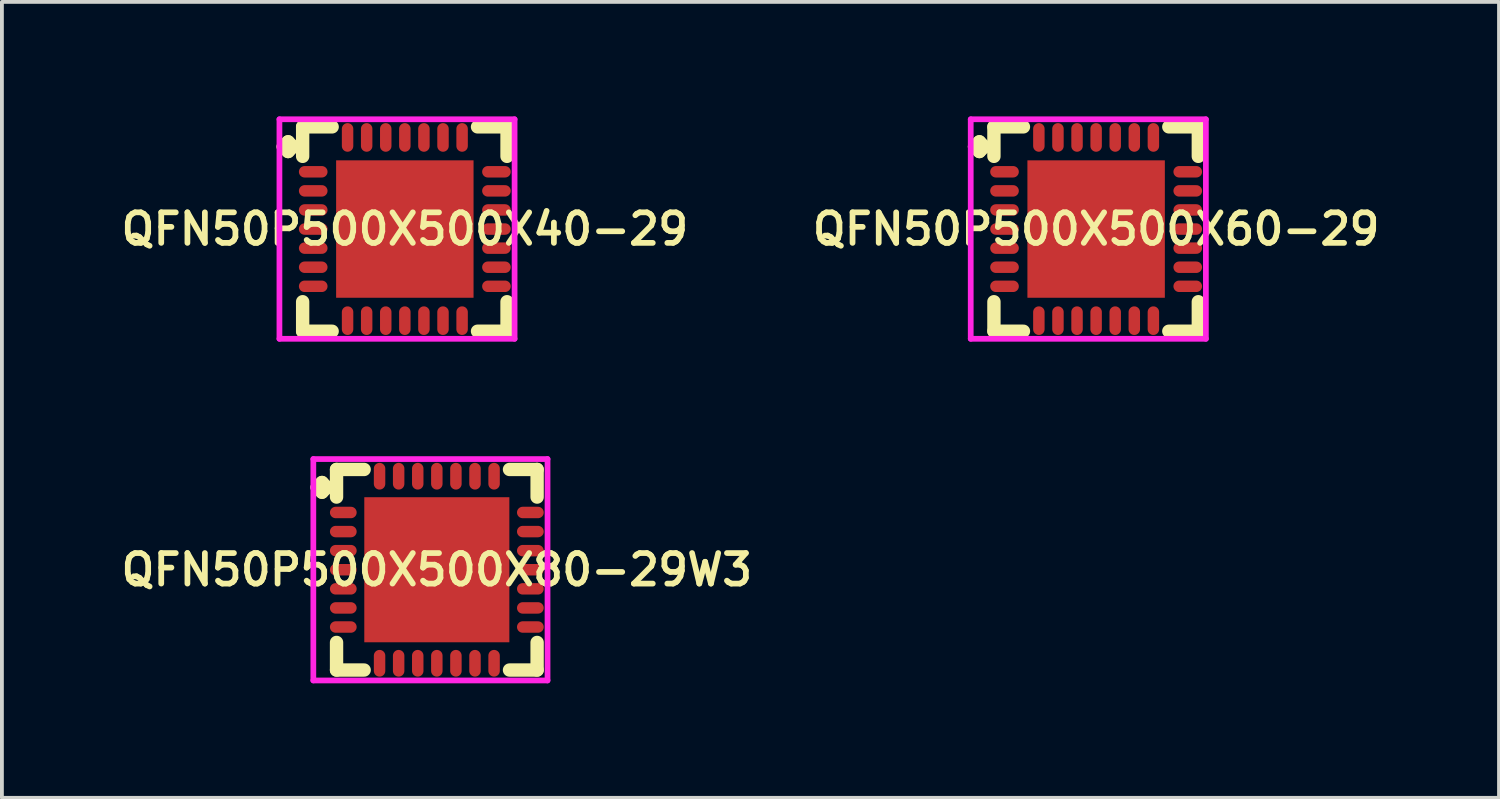
<source format=kicad_pcb>
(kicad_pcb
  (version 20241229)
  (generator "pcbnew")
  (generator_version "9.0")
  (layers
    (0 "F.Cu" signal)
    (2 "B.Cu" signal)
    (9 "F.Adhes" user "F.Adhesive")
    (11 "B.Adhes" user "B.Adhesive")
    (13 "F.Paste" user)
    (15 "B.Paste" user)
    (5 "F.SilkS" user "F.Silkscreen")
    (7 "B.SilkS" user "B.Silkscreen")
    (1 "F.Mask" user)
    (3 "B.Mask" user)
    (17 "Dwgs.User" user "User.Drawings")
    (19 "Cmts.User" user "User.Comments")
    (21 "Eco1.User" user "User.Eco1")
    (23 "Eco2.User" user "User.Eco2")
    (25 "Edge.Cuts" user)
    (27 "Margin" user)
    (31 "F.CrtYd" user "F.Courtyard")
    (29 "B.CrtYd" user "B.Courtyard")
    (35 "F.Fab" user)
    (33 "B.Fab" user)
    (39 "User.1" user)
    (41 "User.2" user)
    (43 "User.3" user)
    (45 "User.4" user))
  (footprint "QFN50P500X500X60-29"
    (layer "F.Cu")
    (at 25.664 2.95)
    (property "Reference" "QFN50P500X500X60-29" (at 0 0 0) (layer "F.SilkS") (effects (font (size 0.8 0.8) (thickness 0.15))))
    (attr smd)
    (fp_line (start -3.185 -2.158) (end -3.058 -2.285) (stroke (width 0.35) (type solid)) (layer "F.SilkS"))
    (fp_line (start -3.058 -2.285) (end -2.931 -2.158) (stroke (width 0.35) (type solid)) (layer "F.SilkS"))
    (fp_line (start -3.058 -2.031) (end -3.185 -2.158) (stroke (width 0.35) (type solid)) (layer "F.SilkS"))
    (fp_line (start -2.931 -2.158) (end -3.058 -2.031) (stroke (width 0.35) (type solid)) (layer "F.SilkS"))
    (fp_line (start -2.677 -2.677) (end -1.904 -2.677) (stroke (width 0.35) (type solid)) (layer "F.SilkS"))
    (fp_line (start -2.677 -1.904) (end -2.677 -2.677) (stroke (width 0.35) (type solid)) (layer "F.SilkS"))
    (fp_line (start -2.677 1.904) (end -2.677 2.677) (stroke (width 0.35) (type solid)) (layer "F.SilkS"))
    (fp_line (start -2.677 2.677) (end -1.904 2.677) (stroke (width 0.35) (type solid)) (layer "F.SilkS"))
    (fp_line (start 1.904 -2.677) (end 2.677 -2.677) (stroke (width 0.35) (type solid)) (layer "F.SilkS"))
    (fp_line (start 1.904 2.677) (end 2.677 2.677) (stroke (width 0.35) (type solid)) (layer "F.SilkS"))
    (fp_line (start 2.677 -2.677) (end 2.677 -1.904) (stroke (width 0.35) (type solid)) (layer "F.SilkS"))
    (fp_line (start 2.677 2.677) (end 2.677 1.904) (stroke (width 0.35) (type solid)) (layer "F.SilkS"))
    (fp_line (start -3.285 -2.875) (end 2.875 -2.875) (stroke (width 0.15) (type solid)) (layer "F.CrtYd"))
    (fp_line (start -3.285 2.875) (end -3.285 -2.875) (stroke (width 0.15) (type solid)) (layer "F.CrtYd"))
    (fp_line (start 2.875 -2.875) (end 2.875 2.875) (stroke (width 0.15) (type solid)) (layer "F.CrtYd"))
    (fp_line (start 2.875 2.875) (end -3.285 2.875) (stroke (width 0.15) (type solid)) (layer "F.CrtYd"))
    (pad "1" smd oval (at -2.4 -1.5) (size 0.75 0.3) (layers "F.Cu" "F.Mask" "F.Paste"))
    (pad "2" smd oval (at -2.4 -1) (size 0.75 0.3) (layers "F.Cu" "F.Mask" "F.Paste"))
    (pad "3" smd oval (at -2.4 -0.5) (size 0.75 0.3) (layers "F.Cu" "F.Mask" "F.Paste"))
    (pad "4" smd oval (at -2.4 0) (size 0.75 0.3) (layers "F.Cu" "F.Mask" "F.Paste"))
    (pad "5" smd oval (at -2.4 0.5) (size 0.75 0.3) (layers "F.Cu" "F.Mask" "F.Paste"))
    (pad "6" smd oval (at -2.4 1) (size 0.75 0.3) (layers "F.Cu" "F.Mask" "F.Paste"))
    (pad "7" smd oval (at -2.4 1.5) (size 0.75 0.3) (layers "F.Cu" "F.Mask" "F.Paste"))
    (pad "8" smd oval (at -1.5 2.4) (size 0.3 0.75) (layers "F.Cu" "F.Mask" "F.Paste"))
    (pad "9" smd oval (at -1 2.4) (size 0.3 0.75) (layers "F.Cu" "F.Mask" "F.Paste"))
    (pad "10" smd oval (at -0.5 2.4) (size 0.3 0.75) (layers "F.Cu" "F.Mask" "F.Paste"))
    (pad "11" smd oval (at 0 2.4) (size 0.3 0.75) (layers "F.Cu" "F.Mask" "F.Paste"))
    (pad "12" smd oval (at 0.5 2.4) (size 0.3 0.75) (layers "F.Cu" "F.Mask" "F.Paste"))
    (pad "13" smd oval (at 1 2.4) (size 0.3 0.75) (layers "F.Cu" "F.Mask" "F.Paste"))
    (pad "14" smd oval (at 1.5 2.4) (size 0.3 0.75) (layers "F.Cu" "F.Mask" "F.Paste"))
    (pad "15" smd oval (at 2.4 1.5) (size 0.75 0.3) (layers "F.Cu" "F.Mask" "F.Paste"))
    (pad "16" smd oval (at 2.4 1) (size 0.75 0.3) (layers "F.Cu" "F.Mask" "F.Paste"))
    (pad "17" smd oval (at 2.4 0.5) (size 0.75 0.3) (layers "F.Cu" "F.Mask" "F.Paste"))
    (pad "18" smd oval (at 2.4 0) (size 0.75 0.3) (layers "F.Cu" "F.Mask" "F.Paste"))
    (pad "19" smd oval (at 2.4 -0.5) (size 0.75 0.3) (layers "F.Cu" "F.Mask" "F.Paste"))
    (pad "20" smd oval (at 2.4 -1) (size 0.75 0.3) (layers "F.Cu" "F.Mask" "F.Paste"))
    (pad "21" smd oval (at 2.4 -1.5) (size 0.75 0.3) (layers "F.Cu" "F.Mask" "F.Paste"))
    (pad "22" smd oval (at 1.5 -2.4) (size 0.3 0.75) (layers "F.Cu" "F.Mask" "F.Paste"))
    (pad "23" smd oval (at 1 -2.4) (size 0.3 0.75) (layers "F.Cu" "F.Mask" "F.Paste"))
    (pad "24" smd oval (at 0.5 -2.4) (size 0.3 0.75) (layers "F.Cu" "F.Mask" "F.Paste"))
    (pad "25" smd oval (at 0 -2.4) (size 0.3 0.75) (layers "F.Cu" "F.Mask" "F.Paste"))
    (pad "26" smd oval (at -0.5 -2.4) (size 0.3 0.75) (layers "F.Cu" "F.Mask" "F.Paste"))
    (pad "27" smd oval (at -1 -2.4) (size 0.3 0.75) (layers "F.Cu" "F.Mask" "F.Paste"))
    (pad "28" smd oval (at -1.5 -2.4) (size 0.3 0.75) (layers "F.Cu" "F.Mask" "F.Paste"))
    (pad "29" smd rect (at 0 0) (size 3.6 3.6) (layers "F.Cu" "F.Mask" "F.Paste")))
  (footprint "QFN50P500X500X40-29"
    (layer "F.Cu")
    (at 7.555 2.95)
    (property "Reference" "QFN50P500X500X40-29" (at 0 0 0) (layer "F.SilkS") (effects (font (size 0.8 0.8) (thickness 0.15))))
    (attr smd)
    (fp_line (start -3.185 -2.158) (end -3.058 -2.285) (stroke (width 0.35) (type solid)) (layer "F.SilkS"))
    (fp_line (start -3.058 -2.285) (end -2.931 -2.158) (stroke (width 0.35) (type solid)) (layer "F.SilkS"))
    (fp_line (start -3.058 -2.031) (end -3.185 -2.158) (stroke (width 0.35) (type solid)) (layer "F.SilkS"))
    (fp_line (start -2.931 -2.158) (end -3.058 -2.031) (stroke (width 0.35) (type solid)) (layer "F.SilkS"))
    (fp_line (start -2.677 -2.677) (end -1.904 -2.677) (stroke (width 0.35) (type solid)) (layer "F.SilkS"))
    (fp_line (start -2.677 -1.904) (end -2.677 -2.677) (stroke (width 0.35) (type solid)) (layer "F.SilkS"))
    (fp_line (start -2.677 1.904) (end -2.677 2.677) (stroke (width 0.35) (type solid)) (layer "F.SilkS"))
    (fp_line (start -2.677 2.677) (end -1.904 2.677) (stroke (width 0.35) (type solid)) (layer "F.SilkS"))
    (fp_line (start 1.904 -2.677) (end 2.677 -2.677) (stroke (width 0.35) (type solid)) (layer "F.SilkS"))
    (fp_line (start 1.904 2.677) (end 2.677 2.677) (stroke (width 0.35) (type solid)) (layer "F.SilkS"))
    (fp_line (start 2.677 -2.677) (end 2.677 -1.904) (stroke (width 0.35) (type solid)) (layer "F.SilkS"))
    (fp_line (start 2.677 2.677) (end 2.677 1.904) (stroke (width 0.35) (type solid)) (layer "F.SilkS"))
    (fp_line (start -3.285 -2.875) (end 2.875 -2.875) (stroke (width 0.15) (type solid)) (layer "F.CrtYd"))
    (fp_line (start -3.285 2.875) (end -3.285 -2.875) (stroke (width 0.15) (type solid)) (layer "F.CrtYd"))
    (fp_line (start 2.875 -2.875) (end 2.875 2.875) (stroke (width 0.15) (type solid)) (layer "F.CrtYd"))
    (fp_line (start 2.875 2.875) (end -3.285 2.875) (stroke (width 0.15) (type solid)) (layer "F.CrtYd"))
    (pad "1" smd oval (at -2.4 -1.5) (size 0.75 0.3) (layers "F.Cu" "F.Mask" "F.Paste"))
    (pad "2" smd oval (at -2.4 -1) (size 0.75 0.3) (layers "F.Cu" "F.Mask" "F.Paste"))
    (pad "3" smd oval (at -2.4 -0.5) (size 0.75 0.3) (layers "F.Cu" "F.Mask" "F.Paste"))
    (pad "4" smd oval (at -2.4 0) (size 0.75 0.3) (layers "F.Cu" "F.Mask" "F.Paste"))
    (pad "5" smd oval (at -2.4 0.5) (size 0.75 0.3) (layers "F.Cu" "F.Mask" "F.Paste"))
    (pad "6" smd oval (at -2.4 1) (size 0.75 0.3) (layers "F.Cu" "F.Mask" "F.Paste"))
    (pad "7" smd oval (at -2.4 1.5) (size 0.75 0.3) (layers "F.Cu" "F.Mask" "F.Paste"))
    (pad "8" smd oval (at -1.5 2.4) (size 0.3 0.75) (layers "F.Cu" "F.Mask" "F.Paste"))
    (pad "9" smd oval (at -1 2.4) (size 0.3 0.75) (layers "F.Cu" "F.Mask" "F.Paste"))
    (pad "10" smd oval (at -0.5 2.4) (size 0.3 0.75) (layers "F.Cu" "F.Mask" "F.Paste"))
    (pad "11" smd oval (at 0 2.4) (size 0.3 0.75) (layers "F.Cu" "F.Mask" "F.Paste"))
    (pad "12" smd oval (at 0.5 2.4) (size 0.3 0.75) (layers "F.Cu" "F.Mask" "F.Paste"))
    (pad "13" smd oval (at 1 2.4) (size 0.3 0.75) (layers "F.Cu" "F.Mask" "F.Paste"))
    (pad "14" smd oval (at 1.5 2.4) (size 0.3 0.75) (layers "F.Cu" "F.Mask" "F.Paste"))
    (pad "15" smd oval (at 2.4 1.5) (size 0.75 0.3) (layers "F.Cu" "F.Mask" "F.Paste"))
    (pad "16" smd oval (at 2.4 1) (size 0.75 0.3) (layers "F.Cu" "F.Mask" "F.Paste"))
    (pad "17" smd oval (at 2.4 0.5) (size 0.75 0.3) (layers "F.Cu" "F.Mask" "F.Paste"))
    (pad "18" smd oval (at 2.4 0) (size 0.75 0.3) (layers "F.Cu" "F.Mask" "F.Paste"))
    (pad "19" smd oval (at 2.4 -0.5) (size 0.75 0.3) (layers "F.Cu" "F.Mask" "F.Paste"))
    (pad "20" smd oval (at 2.4 -1) (size 0.75 0.3) (layers "F.Cu" "F.Mask" "F.Paste"))
    (pad "21" smd oval (at 2.4 -1.5) (size 0.75 0.3) (layers "F.Cu" "F.Mask" "F.Paste"))
    (pad "22" smd oval (at 1.5 -2.4) (size 0.3 0.75) (layers "F.Cu" "F.Mask" "F.Paste"))
    (pad "23" smd oval (at 1 -2.4) (size 0.3 0.75) (layers "F.Cu" "F.Mask" "F.Paste"))
    (pad "24" smd oval (at 0.5 -2.4) (size 0.3 0.75) (layers "F.Cu" "F.Mask" "F.Paste"))
    (pad "25" smd oval (at 0 -2.4) (size 0.3 0.75) (layers "F.Cu" "F.Mask" "F.Paste"))
    (pad "26" smd oval (at -0.5 -2.4) (size 0.3 0.75) (layers "F.Cu" "F.Mask" "F.Paste"))
    (pad "27" smd oval (at -1 -2.4) (size 0.3 0.75) (layers "F.Cu" "F.Mask" "F.Paste"))
    (pad "28" smd oval (at -1.5 -2.4) (size 0.3 0.75) (layers "F.Cu" "F.Mask" "F.Paste"))
    (pad "29" smd rect (at 0 0) (size 3.6 3.6) (layers "F.Cu" "F.Mask" "F.Paste")))
  (footprint "QFN50P500X500X80-29W3"
    (layer "F.Cu")
    (at 8.393 11.875)
    (property "Reference" "QFN50P500X500X80-29W3" (at 0 0 0) (layer "F.SilkS") (effects (font (size 0.8 0.8) (thickness 0.15))))
    (attr smd)
    (fp_line (start -3.135 -2.158) (end -3.008 -2.285) (stroke (width 0.35) (type solid)) (layer "F.SilkS"))
    (fp_line (start -3.008 -2.285) (end -2.881 -2.158) (stroke (width 0.35) (type solid)) (layer "F.SilkS"))
    (fp_line (start -3.008 -2.031) (end -3.135 -2.158) (stroke (width 0.35) (type solid)) (layer "F.SilkS"))
    (fp_line (start -2.881 -2.158) (end -3.008 -2.031) (stroke (width 0.35) (type solid)) (layer "F.SilkS"))
    (fp_line (start -2.627 -2.627) (end -1.904 -2.627) (stroke (width 0.35) (type solid)) (layer "F.SilkS"))
    (fp_line (start -2.627 -1.904) (end -2.627 -2.627) (stroke (width 0.35) (type solid)) (layer "F.SilkS"))
    (fp_line (start -2.627 1.904) (end -2.627 2.627) (stroke (width 0.35) (type solid)) (layer "F.SilkS"))
    (fp_line (start -2.627 2.627) (end -1.904 2.627) (stroke (width 0.35) (type solid)) (layer "F.SilkS"))
    (fp_line (start 1.904 -2.627) (end 2.627 -2.627) (stroke (width 0.35) (type solid)) (layer "F.SilkS"))
    (fp_line (start 1.904 2.627) (end 2.627 2.627) (stroke (width 0.35) (type solid)) (layer "F.SilkS"))
    (fp_line (start 2.627 -2.627) (end 2.627 -1.904) (stroke (width 0.35) (type solid)) (layer "F.SilkS"))
    (fp_line (start 2.627 2.627) (end 2.627 1.904) (stroke (width 0.35) (type solid)) (layer "F.SilkS"))
    (fp_line (start -3.235 -2.9) (end 2.9 -2.9) (stroke (width 0.15) (type solid)) (layer "F.CrtYd"))
    (fp_line (start -3.235 2.9) (end -3.235 -2.9) (stroke (width 0.15) (type solid)) (layer "F.CrtYd"))
    (fp_line (start 2.9 -2.9) (end 2.9 2.9) (stroke (width 0.15) (type solid)) (layer "F.CrtYd"))
    (fp_line (start 2.9 2.9) (end -3.235 2.9) (stroke (width 0.15) (type solid)) (layer "F.CrtYd"))
    (pad "1" smd oval (at -2.45 -1.5) (size 0.7 0.3) (layers "F.Cu" "F.Mask" "F.Paste"))
    (pad "2" smd oval (at -2.45 -1) (size 0.7 0.3) (layers "F.Cu" "F.Mask" "F.Paste"))
    (pad "3" smd oval (at -2.45 -0.5) (size 0.7 0.3) (layers "F.Cu" "F.Mask" "F.Paste"))
    (pad "4" smd oval (at -2.45 0) (size 0.7 0.3) (layers "F.Cu" "F.Mask" "F.Paste"))
    (pad "5" smd oval (at -2.45 0.5) (size 0.7 0.3) (layers "F.Cu" "F.Mask" "F.Paste"))
    (pad "6" smd oval (at -2.45 1) (size 0.7 0.3) (layers "F.Cu" "F.Mask" "F.Paste"))
    (pad "7" smd oval (at -2.45 1.5) (size 0.7 0.3) (layers "F.Cu" "F.Mask" "F.Paste"))
    (pad "8" smd oval (at -1.5 2.45) (size 0.3 0.7) (layers "F.Cu" "F.Mask" "F.Paste"))
    (pad "9" smd oval (at -1 2.45) (size 0.3 0.7) (layers "F.Cu" "F.Mask" "F.Paste"))
    (pad "10" smd oval (at -0.5 2.45) (size 0.3 0.7) (layers "F.Cu" "F.Mask" "F.Paste"))
    (pad "11" smd oval (at 0 2.45) (size 0.3 0.7) (layers "F.Cu" "F.Mask" "F.Paste"))
    (pad "12" smd oval (at 0.5 2.45) (size 0.3 0.7) (layers "F.Cu" "F.Mask" "F.Paste"))
    (pad "13" smd oval (at 1 2.45) (size 0.3 0.7) (layers "F.Cu" "F.Mask" "F.Paste"))
    (pad "14" smd oval (at 1.5 2.45) (size 0.3 0.7) (layers "F.Cu" "F.Mask" "F.Paste"))
    (pad "15" smd oval (at 2.45 1.5) (size 0.7 0.3) (layers "F.Cu" "F.Mask" "F.Paste"))
    (pad "16" smd oval (at 2.45 1) (size 0.7 0.3) (layers "F.Cu" "F.Mask" "F.Paste"))
    (pad "17" smd oval (at 2.45 0.5) (size 0.7 0.3) (layers "F.Cu" "F.Mask" "F.Paste"))
    (pad "18" smd oval (at 2.45 0) (size 0.7 0.3) (layers "F.Cu" "F.Mask" "F.Paste"))
    (pad "19" smd oval (at 2.45 -0.5) (size 0.7 0.3) (layers "F.Cu" "F.Mask" "F.Paste"))
    (pad "20" smd oval (at 2.45 -1) (size 0.7 0.3) (layers "F.Cu" "F.Mask" "F.Paste"))
    (pad "21" smd oval (at 2.45 -1.5) (size 0.7 0.3) (layers "F.Cu" "F.Mask" "F.Paste"))
    (pad "22" smd oval (at 1.5 -2.45) (size 0.3 0.7) (layers "F.Cu" "F.Mask" "F.Paste"))
    (pad "23" smd oval (at 1 -2.45) (size 0.3 0.7) (layers "F.Cu" "F.Mask" "F.Paste"))
    (pad "24" smd oval (at 0.5 -2.45) (size 0.3 0.7) (layers "F.Cu" "F.Mask" "F.Paste"))
    (pad "25" smd oval (at 0 -2.45) (size 0.3 0.7) (layers "F.Cu" "F.Mask" "F.Paste"))
    (pad "26" smd oval (at -0.5 -2.45) (size 0.3 0.7) (layers "F.Cu" "F.Mask" "F.Paste"))
    (pad "27" smd oval (at -1 -2.45) (size 0.3 0.7) (layers "F.Cu" "F.Mask" "F.Paste"))
    (pad "28" smd oval (at -1.5 -2.45) (size 0.3 0.7) (layers "F.Cu" "F.Mask" "F.Paste"))
    (pad "29" smd rect (at 0 0) (size 3.8 3.8) (layers "F.Cu" "F.Mask" "F.Paste")))
  (gr_rect
    (start -3 -3)
    (end 36.218 17.85)
    (stroke (width 0.1) (type default))
    (fill no)
    (layer "Edge.Cuts")))
</source>
